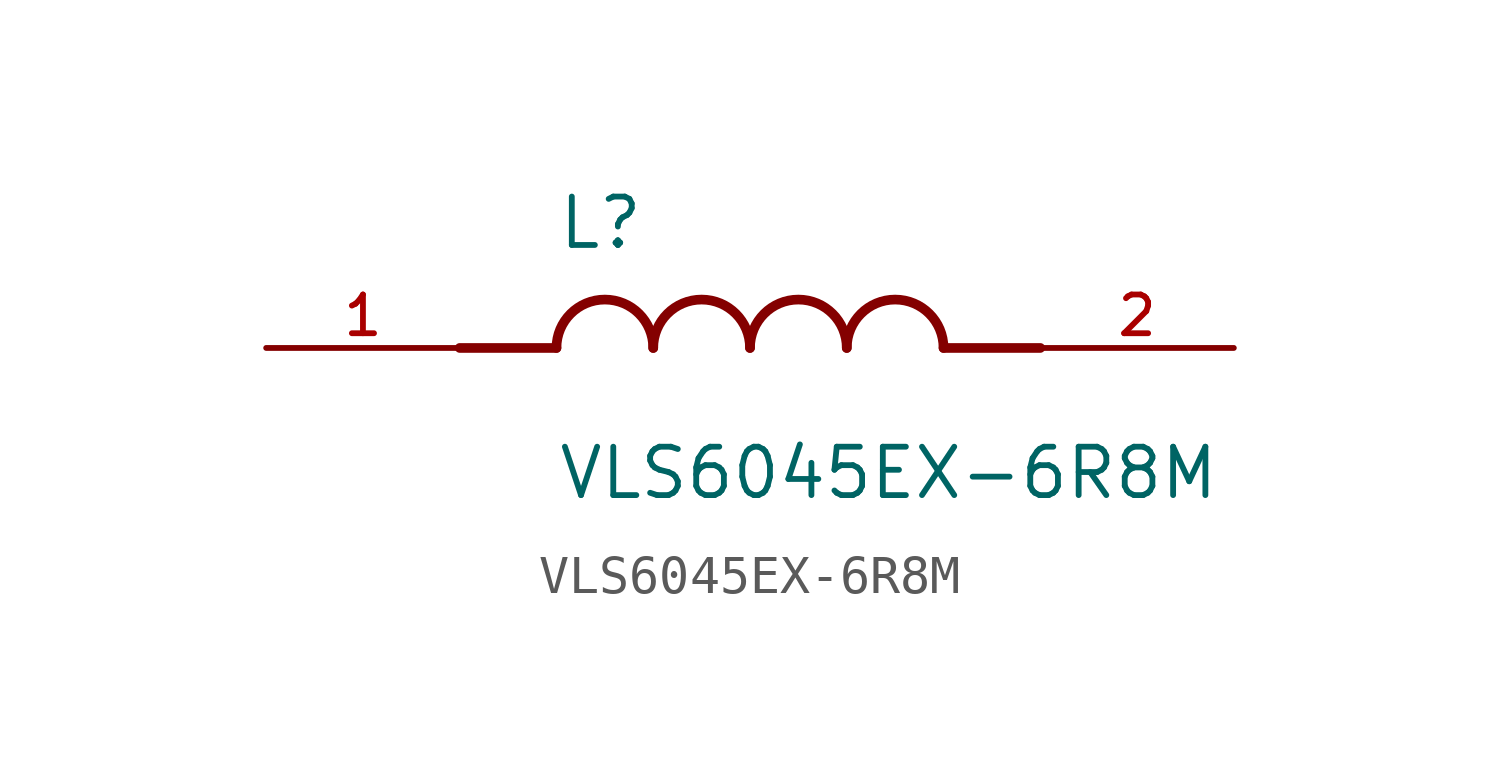
<source format=kicad_sym>
(kicad_symbol_lib
  (version 20211014)
  (generator kicad_symbol_editor)
  (symbol "VLS6045EX-6R8M"
    (pin_names
      (offset 1.016))
    (property "Reference" "L"
      (at -5.08 2.54 0)
      (effects (font (size 1.27 1.27)) (justify bottom left)))
    (property "Value" "VLS6045EX-6R8M"
      (at -5.08 -2.54 0)
      (effects (font (size 1.27 1.27)) (justify top left)))
    (symbol "VLS6045EX-6R8M_0_0"
      (polyline (pts (xy -5.08 0.0) (xy -7.62 0.0)) (stroke (width 0.254)))
      (polyline (pts (xy 5.08 0.0) (xy 7.62 0.0)) (stroke (width 0.254)))
      (arc (start -2.54 0.0) (mid -3.81 1.27) (end -5.08 0.0) (stroke (width 0.254) (type default) (color 0 0 0 0)) (fill (type none)))
      (arc (start 0.0 0.0) (mid -1.27 1.27) (end -2.54 0.0) (stroke (width 0.254) (type default) (color 0 0 0 0)) (fill (type none)))
      (arc (start 2.54 0.0) (mid 1.27 1.27) (end 0.0 0.0) (stroke (width 0.254) (type default) (color 0 0 0 0)) (fill (type none)))
      (arc (start 5.08 0.0) (mid 3.81 1.27) (end 2.54 0.0) (stroke (width 0.254) (type default) (color 0 0 0 0)) (fill (type none)))
      (pin passive line (at -12.7 0.0 0) (length 5.08) (name "~" (effects (font (size 1.016 1.016)))) (number "1" (effects (font (size 1.016 1.016)))))
      (pin passive line (at 12.7 0.0 180.0) (length 5.08) (name "~" (effects (font (size 1.016 1.016)))) (number "2" (effects (font (size 1.016 1.016))))))))
</source>
